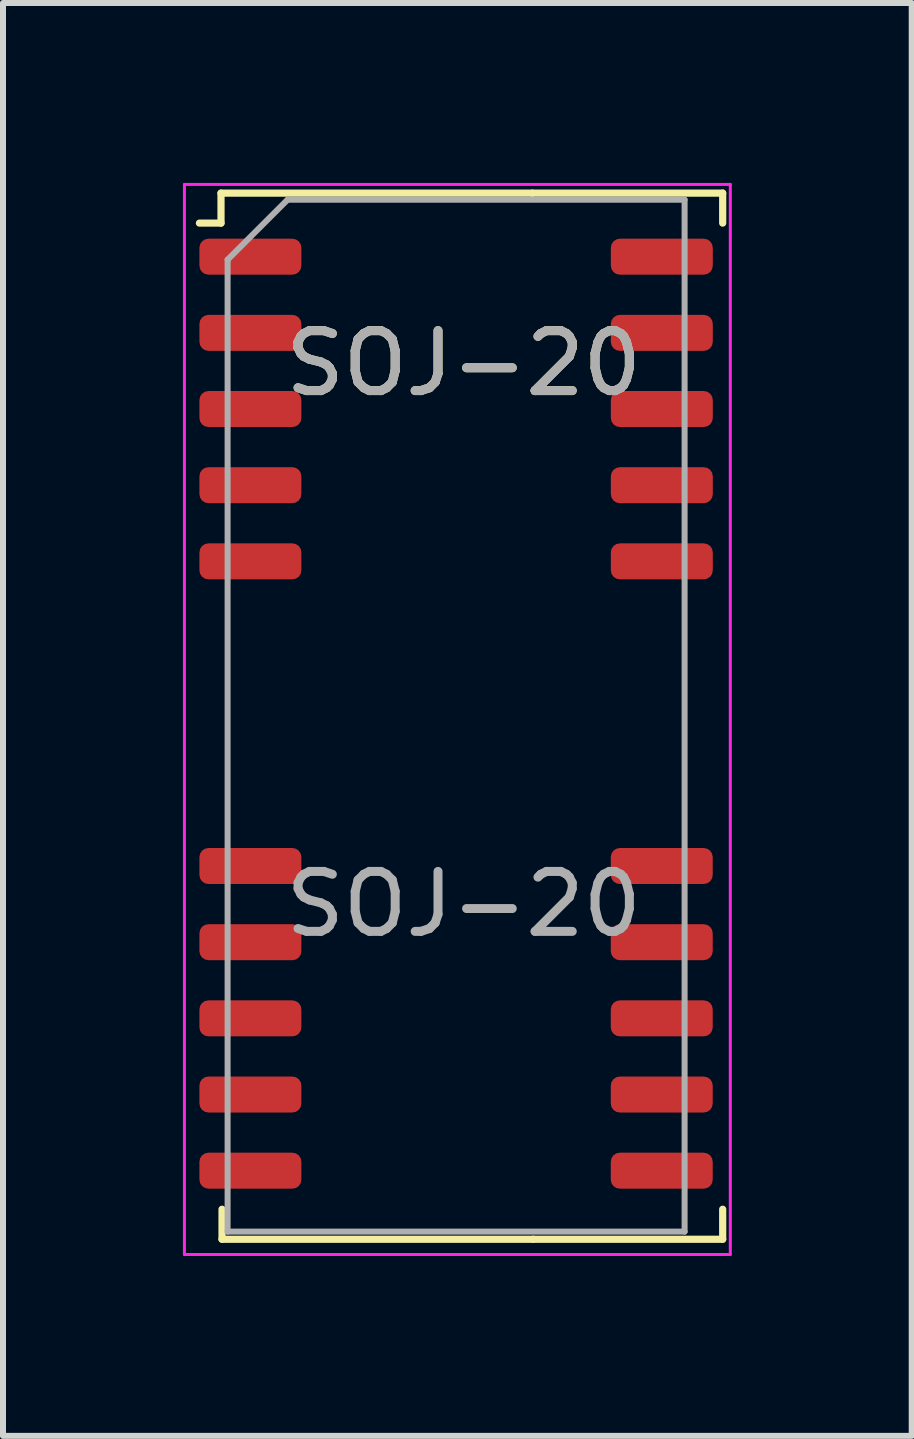
<source format=kicad_pcb>
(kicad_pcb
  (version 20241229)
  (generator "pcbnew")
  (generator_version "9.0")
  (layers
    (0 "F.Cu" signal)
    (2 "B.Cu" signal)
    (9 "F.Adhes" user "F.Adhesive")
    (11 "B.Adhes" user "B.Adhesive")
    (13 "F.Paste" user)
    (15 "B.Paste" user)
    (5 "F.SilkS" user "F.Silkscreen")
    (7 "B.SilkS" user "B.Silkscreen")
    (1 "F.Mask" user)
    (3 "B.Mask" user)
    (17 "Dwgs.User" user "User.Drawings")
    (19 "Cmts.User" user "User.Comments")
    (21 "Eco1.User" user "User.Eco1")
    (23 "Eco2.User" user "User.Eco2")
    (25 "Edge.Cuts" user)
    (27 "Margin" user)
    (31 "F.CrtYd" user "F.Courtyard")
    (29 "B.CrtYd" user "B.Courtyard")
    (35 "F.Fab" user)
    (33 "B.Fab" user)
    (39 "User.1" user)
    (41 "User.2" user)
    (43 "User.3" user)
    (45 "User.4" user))
  (footprint "SOJ-20"
    (layer "F.Cu")
    (at 5.825 12.025)
    (property "Reference" "SOJ-20" (at -1.143 -9.017 0) (unlocked yes) (layer "F.SilkS") (effects (font (size 1 1) (thickness 0.15))))
    (fp_line (start -5.19 -11.855) (end -5.19 -11.355) (stroke (width 0.12) (type solid)) (layer "F.SilkS"))
    (fp_line (start -5.19 -11.355) (end -5.55 -11.355) (stroke (width 0.12) (type solid)) (layer "F.SilkS"))
    (fp_line (start -5.173 5.588) (end -5.173 5.088) (stroke (width 0.12) (type solid)) (layer "F.SilkS"))
    (fp_line (start 0 -11.855) (end -5.19 -11.855) (stroke (width 0.12) (type solid)) (layer "F.SilkS"))
    (fp_line (start 0 -11.855) (end 3.175 -11.855) (stroke (width 0.12) (type solid)) (layer "F.SilkS"))
    (fp_line (start 0.017 5.588) (end -5.173 5.588) (stroke (width 0.12) (type solid)) (layer "F.SilkS"))
    (fp_line (start 0.017 5.588) (end 3.175 5.588) (stroke (width 0.12) (type solid)) (layer "F.SilkS"))
    (fp_line (start 3.175 -11.855) (end 3.175 -11.355) (stroke (width 0.12) (type solid)) (layer "F.SilkS"))
    (fp_line (start 3.175 5.588) (end 3.175 5.088) (stroke (width 0.12) (type solid)) (layer "F.SilkS"))
    (fp_line (start -5.8 -12) (end -5.8 5.842) (stroke (width 0.05) (type solid)) (layer "F.CrtYd"))
    (fp_line (start -5.8 5.842) (end 3.302 5.842) (stroke (width 0.05) (type solid)) (layer "F.CrtYd"))
    (fp_line (start 3.302 -12) (end -5.8 -12) (stroke (width 0.05) (type solid)) (layer "F.CrtYd"))
    (fp_line (start 3.302 5.842) (end 3.302 -12) (stroke (width 0.05) (type solid)) (layer "F.CrtYd"))
    (fp_line (start -5.08 -10.745) (end -4.08 -11.745) (stroke (width 0.1) (type solid)) (layer "F.Fab"))
    (fp_line (start -5.08 5.461) (end -5.08 -10.745) (stroke (width 0.1) (type solid)) (layer "F.Fab"))
    (fp_line (start -4.08 -11.745) (end 2.54 -11.745) (stroke (width 0.1) (type solid)) (layer "F.Fab"))
    (fp_line (start 2.54 -11.745) (end 2.54 5.461) (stroke (width 0.1) (type solid)) (layer "F.Fab"))
    (fp_line (start 2.54 5.461) (end -5.08 5.461) (stroke (width 0.1) (type solid)) (layer "F.Fab"))
    (fp_text user "${REFERENCE}" (at -1.143 -9.017 0) (layer "F.Fab") (effects (font (size 1 1) (thickness 0.15))))
    (fp_text user "${REFERENCE}" (at -1.143 0 0) (unlocked yes) (layer "F.Fab") (effects (font (size 1 1) (thickness 0.15))))
    (pad "1" smd roundrect (at -4.7 -10.795) (size 1.7 0.6) (layers "F.Cu" "F.Mask" "F.Paste") (roundrect_rratio 0.25))
    (pad "2" smd roundrect (at -4.7 -9.525) (size 1.7 0.6) (layers "F.Cu" "F.Mask" "F.Paste") (roundrect_rratio 0.25))
    (pad "3" smd roundrect (at -4.7 -8.255) (size 1.7 0.6) (layers "F.Cu" "F.Mask" "F.Paste") (roundrect_rratio 0.25))
    (pad "4" smd roundrect (at -4.7 -6.985) (size 1.7 0.6) (layers "F.Cu" "F.Mask" "F.Paste") (roundrect_rratio 0.25))
    (pad "5" smd roundrect (at -4.7 -5.715) (size 1.7 0.6) (layers "F.Cu" "F.Mask" "F.Paste") (roundrect_rratio 0.25))
    (pad "9" smd roundrect (at -4.7 -0.635) (size 1.7 0.6) (layers "F.Cu" "F.Mask" "F.Paste") (roundrect_rratio 0.25))
    (pad "10" smd roundrect (at -4.7 0.635) (size 1.7 0.6) (layers "F.Cu" "F.Mask" "F.Paste") (roundrect_rratio 0.25))
    (pad "11" smd roundrect (at -4.7 1.905) (size 1.7 0.6) (layers "F.Cu" "F.Mask" "F.Paste") (roundrect_rratio 0.25))
    (pad "12" smd roundrect (at -4.7 3.175) (size 1.7 0.6) (layers "F.Cu" "F.Mask" "F.Paste") (roundrect_rratio 0.25))
    (pad "13" smd roundrect (at -4.7 4.445) (size 1.7 0.6) (layers "F.Cu" "F.Mask" "F.Paste") (roundrect_rratio 0.25))
    (pad "14" smd roundrect (at 2.159 4.445) (size 1.7 0.6) (layers "F.Cu" "F.Mask" "F.Paste") (roundrect_rratio 0.25))
    (pad "15" smd roundrect (at 2.159 3.175) (size 1.7 0.6) (layers "F.Cu" "F.Mask" "F.Paste") (roundrect_rratio 0.25))
    (pad "16" smd roundrect (at 2.159 1.905) (size 1.7 0.6) (layers "F.Cu" "F.Mask" "F.Paste") (roundrect_rratio 0.25))
    (pad "17" smd roundrect (at 2.159 0.635) (size 1.7 0.6) (layers "F.Cu" "F.Mask" "F.Paste") (roundrect_rratio 0.25))
    (pad "18" smd roundrect (at 2.159 -0.635) (size 1.7 0.6) (layers "F.Cu" "F.Mask" "F.Paste") (roundrect_rratio 0.25))
    (pad "22" smd roundrect (at 2.16 -5.715) (size 1.7 0.6) (layers "F.Cu" "F.Mask" "F.Paste") (roundrect_rratio 0.25))
    (pad "23" smd roundrect (at 2.16 -6.985) (size 1.7 0.6) (layers "F.Cu" "F.Mask" "F.Paste") (roundrect_rratio 0.25))
    (pad "24" smd roundrect (at 2.16 -8.255) (size 1.7 0.6) (layers "F.Cu" "F.Mask" "F.Paste") (roundrect_rratio 0.25))
    (pad "25" smd roundrect (at 2.16 -9.525) (size 1.7 0.6) (layers "F.Cu" "F.Mask" "F.Paste") (roundrect_rratio 0.25))
    (pad "26" smd roundrect (at 2.16 -10.795) (size 1.7 0.6) (layers "F.Cu" "F.Mask" "F.Paste") (roundrect_rratio 0.25)))
  (gr_rect
    (start -3 -3)
    (end 12.152 20.892)
    (stroke (width 0.1) (type default))
    (fill no)
    (layer "Edge.Cuts")))
</source>
